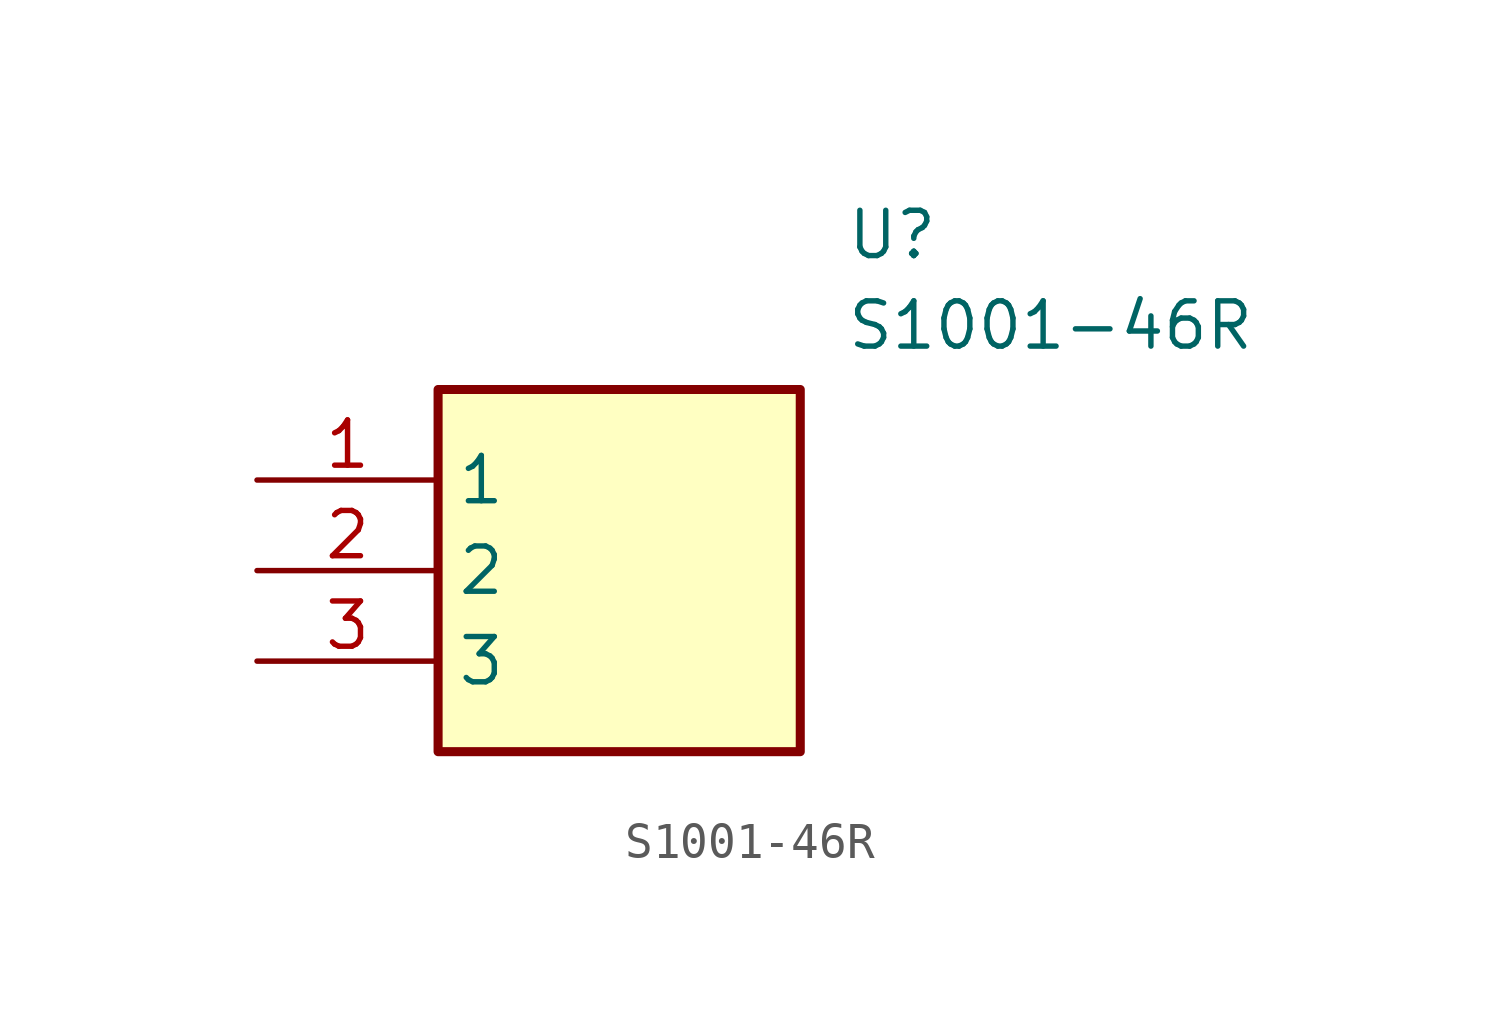
<source format=kicad_sym>
(kicad_symbol_lib
  (version 20211014)
  (generator SamacSys_ECAD_Model)
  (symbol "S1001-46R"
    (property "Reference" "U"
      (at 16.51 7.62 0)
      (effects (font (size 1.27 1.27)) (justify left top)))
    (property "Value" "S1001-46R"
      (at 16.51 5.08 0)
      (effects (font (size 1.27 1.27)) (justify left top)))
    (rectangle
      (start 5.08 2.54)
      (end 15.24 -7.62)
      (stroke (width 0.254) (type default))
      (fill (type background)))
    (pin passive line
      (at 0 0 0)
      (length 5.08)
      (name "1" (effects (font (size 1.27 1.27))))
      (number "1" (effects (font (size 1.27 1.27)))))
    (pin passive line
      (at 0 -2.54 0)
      (length 5.08)
      (name "2" (effects (font (size 1.27 1.27))))
      (number "2" (effects (font (size 1.27 1.27)))))
    (pin passive line
      (at 0 -5.08 0)
      (length 5.08)
      (name "3" (effects (font (size 1.27 1.27))))
      (number "3" (effects (font (size 1.27 1.27)))))))
</source>
